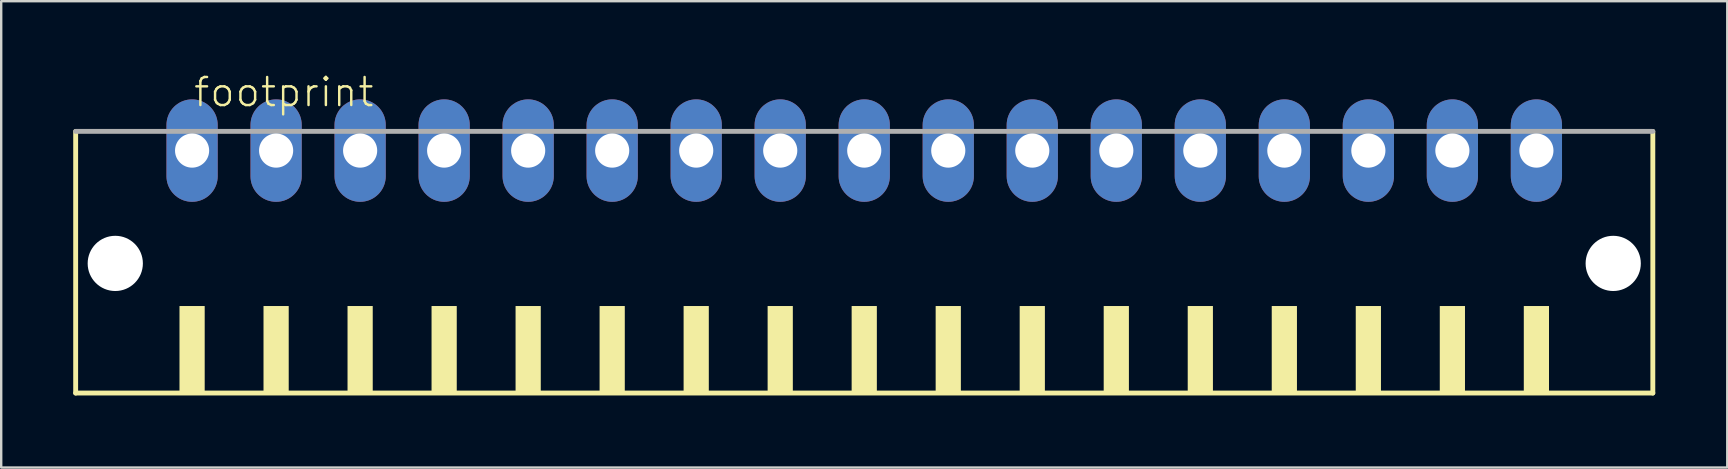
<source format=kicad_pcb>
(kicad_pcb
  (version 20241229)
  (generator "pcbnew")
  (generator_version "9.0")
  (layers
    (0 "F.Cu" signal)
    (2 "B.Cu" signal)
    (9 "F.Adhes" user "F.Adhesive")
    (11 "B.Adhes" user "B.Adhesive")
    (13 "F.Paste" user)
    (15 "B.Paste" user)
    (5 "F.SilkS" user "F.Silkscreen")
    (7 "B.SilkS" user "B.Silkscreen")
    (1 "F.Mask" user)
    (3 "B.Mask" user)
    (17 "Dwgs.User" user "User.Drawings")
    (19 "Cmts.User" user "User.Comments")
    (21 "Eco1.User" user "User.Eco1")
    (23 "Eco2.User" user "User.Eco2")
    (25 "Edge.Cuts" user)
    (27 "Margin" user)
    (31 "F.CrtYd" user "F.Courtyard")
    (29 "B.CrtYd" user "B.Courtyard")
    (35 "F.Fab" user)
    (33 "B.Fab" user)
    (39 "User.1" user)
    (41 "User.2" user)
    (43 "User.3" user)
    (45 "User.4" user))
  (footprint "footprint"
    (layer "F.Cu")
    (at 32.952 8.473)
    (property "Reference" "footprint" (at -28 -7 0) (layer "F.SilkS") (effects (font (size 1.168 1.168) (thickness 0.102)) (justify left bottom)))
    (fp_line (start -32.85 -6.05) (end -32.85 4.85) (stroke (width 0.203) (type solid)) (layer "F.SilkS"))
    (fp_line (start -32.85 4.85) (end 32.85 4.85) (stroke (width 0.203) (type solid)) (layer "F.SilkS"))
    (fp_line (start 32.85 4.85) (end 32.85 -6.05) (stroke (width 0.203) (type solid)) (layer "F.SilkS"))
    (fp_poly (pts (xy -28.525 4.9) (xy -27.475 4.9) (xy -27.475 1.225) (xy -28.525 1.225)) (stroke (width 0) (type solid)) (fill yes) (layer "F.SilkS"))
    (fp_poly (pts (xy -25.025 4.9) (xy -23.975 4.9) (xy -23.975 1.225) (xy -25.025 1.225)) (stroke (width 0) (type solid)) (fill yes) (layer "F.SilkS"))
    (fp_poly (pts (xy -21.525 4.9) (xy -20.475 4.9) (xy -20.475 1.225) (xy -21.525 1.225)) (stroke (width 0) (type solid)) (fill yes) (layer "F.SilkS"))
    (fp_poly (pts (xy -18.025 4.9) (xy -16.975 4.9) (xy -16.975 1.225) (xy -18.025 1.225)) (stroke (width 0) (type solid)) (fill yes) (layer "F.SilkS"))
    (fp_poly (pts (xy -14.525 4.9) (xy -13.475 4.9) (xy -13.475 1.225) (xy -14.525 1.225)) (stroke (width 0) (type solid)) (fill yes) (layer "F.SilkS"))
    (fp_poly (pts (xy -11.025 4.9) (xy -9.975 4.9) (xy -9.975 1.225) (xy -11.025 1.225)) (stroke (width 0) (type solid)) (fill yes) (layer "F.SilkS"))
    (fp_poly (pts (xy -7.525 4.9) (xy -6.475 4.9) (xy -6.475 1.225) (xy -7.525 1.225)) (stroke (width 0) (type solid)) (fill yes) (layer "F.SilkS"))
    (fp_poly (pts (xy -4.025 4.9) (xy -2.975 4.9) (xy -2.975 1.225) (xy -4.025 1.225)) (stroke (width 0) (type solid)) (fill yes) (layer "F.SilkS"))
    (fp_poly (pts (xy -0.525 4.9) (xy 0.525 4.9) (xy 0.525 1.225) (xy -0.525 1.225)) (stroke (width 0) (type solid)) (fill yes) (layer "F.SilkS"))
    (fp_poly (pts (xy 2.975 4.9) (xy 4.025 4.9) (xy 4.025 1.225) (xy 2.975 1.225)) (stroke (width 0) (type solid)) (fill yes) (layer "F.SilkS"))
    (fp_poly (pts (xy 6.475 4.9) (xy 7.525 4.9) (xy 7.525 1.225) (xy 6.475 1.225)) (stroke (width 0) (type solid)) (fill yes) (layer "F.SilkS"))
    (fp_poly (pts (xy 9.975 4.9) (xy 11.025 4.9) (xy 11.025 1.225) (xy 9.975 1.225)) (stroke (width 0) (type solid)) (fill yes) (layer "F.SilkS"))
    (fp_poly (pts (xy 13.475 4.9) (xy 14.525 4.9) (xy 14.525 1.225) (xy 13.475 1.225)) (stroke (width 0) (type solid)) (fill yes) (layer "F.SilkS"))
    (fp_poly (pts (xy 16.975 4.9) (xy 18.025 4.9) (xy 18.025 1.225) (xy 16.975 1.225)) (stroke (width 0) (type solid)) (fill yes) (layer "F.SilkS"))
    (fp_poly (pts (xy 20.475 4.9) (xy 21.525 4.9) (xy 21.525 1.225) (xy 20.475 1.225)) (stroke (width 0) (type solid)) (fill yes) (layer "F.SilkS"))
    (fp_poly (pts (xy 23.975 4.9) (xy 25.025 4.9) (xy 25.025 1.225) (xy 23.975 1.225)) (stroke (width 0) (type solid)) (fill yes) (layer "F.SilkS"))
    (fp_poly (pts (xy 27.475 4.9) (xy 28.525 4.9) (xy 28.525 1.225) (xy 27.475 1.225)) (stroke (width 0) (type solid)) (fill yes) (layer "F.SilkS"))
    (fp_line (start 32.85 -6.05) (end -32.85 -6.05) (stroke (width 0.203) (type solid)) (layer "F.Fab"))
    (pad "" np_thru_hole circle (at -31.2 -0.55) (size 2.3 2.3) (drill 2.3) (layers "*.Cu" "*.Mask"))
    (pad "" np_thru_hole circle (at 31.2 -0.55) (size 2.3 2.3) (drill 2.3) (layers "*.Cu" "*.Mask"))
    (pad "1" thru_hole oval (at -28 -5.25 90) (size 4.267 2.134) (drill 1.422) (layers "*.Cu" "*.Mask"))
    (pad "2" thru_hole oval (at -24.5 -5.25 90) (size 4.267 2.134) (drill 1.422) (layers "*.Cu" "*.Mask"))
    (pad "3" thru_hole oval (at -21 -5.25 90) (size 4.267 2.134) (drill 1.422) (layers "*.Cu" "*.Mask"))
    (pad "4" thru_hole oval (at -17.5 -5.25 90) (size 4.267 2.134) (drill 1.422) (layers "*.Cu" "*.Mask"))
    (pad "5" thru_hole oval (at -14 -5.25 90) (size 4.267 2.134) (drill 1.422) (layers "*.Cu" "*.Mask"))
    (pad "6" thru_hole oval (at -10.5 -5.25 90) (size 4.267 2.134) (drill 1.422) (layers "*.Cu" "*.Mask"))
    (pad "7" thru_hole oval (at -7 -5.25 90) (size 4.267 2.134) (drill 1.422) (layers "*.Cu" "*.Mask"))
    (pad "8" thru_hole oval (at -3.5 -5.25 90) (size 4.267 2.134) (drill 1.422) (layers "*.Cu" "*.Mask"))
    (pad "9" thru_hole oval (at 0 -5.25 90) (size 4.267 2.134) (drill 1.422) (layers "*.Cu" "*.Mask"))
    (pad "10" thru_hole oval (at 3.5 -5.25 90) (size 4.267 2.134) (drill 1.422) (layers "*.Cu" "*.Mask"))
    (pad "11" thru_hole oval (at 7 -5.25 90) (size 4.267 2.134) (drill 1.422) (layers "*.Cu" "*.Mask"))
    (pad "12" thru_hole oval (at 10.5 -5.25 90) (size 4.267 2.134) (drill 1.422) (layers "*.Cu" "*.Mask"))
    (pad "13" thru_hole oval (at 14 -5.25 90) (size 4.267 2.134) (drill 1.422) (layers "*.Cu" "*.Mask"))
    (pad "14" thru_hole oval (at 17.5 -5.25 90) (size 4.267 2.134) (drill 1.422) (layers "*.Cu" "*.Mask"))
    (pad "15" thru_hole oval (at 21 -5.25 90) (size 4.267 2.134) (drill 1.422) (layers "*.Cu" "*.Mask"))
    (pad "16" thru_hole oval (at 24.5 -5.25 90) (size 4.267 2.134) (drill 1.422) (layers "*.Cu" "*.Mask"))
    (pad "17" thru_hole oval (at 28 -5.25 90) (size 4.267 2.134) (drill 1.422) (layers "*.Cu" "*.Mask")))
  (gr_rect
    (start -3 -3)
    (end 68.903 16.425)
    (stroke (width 0.1) (type default))
    (fill no)
    (layer "Edge.Cuts")))
</source>
